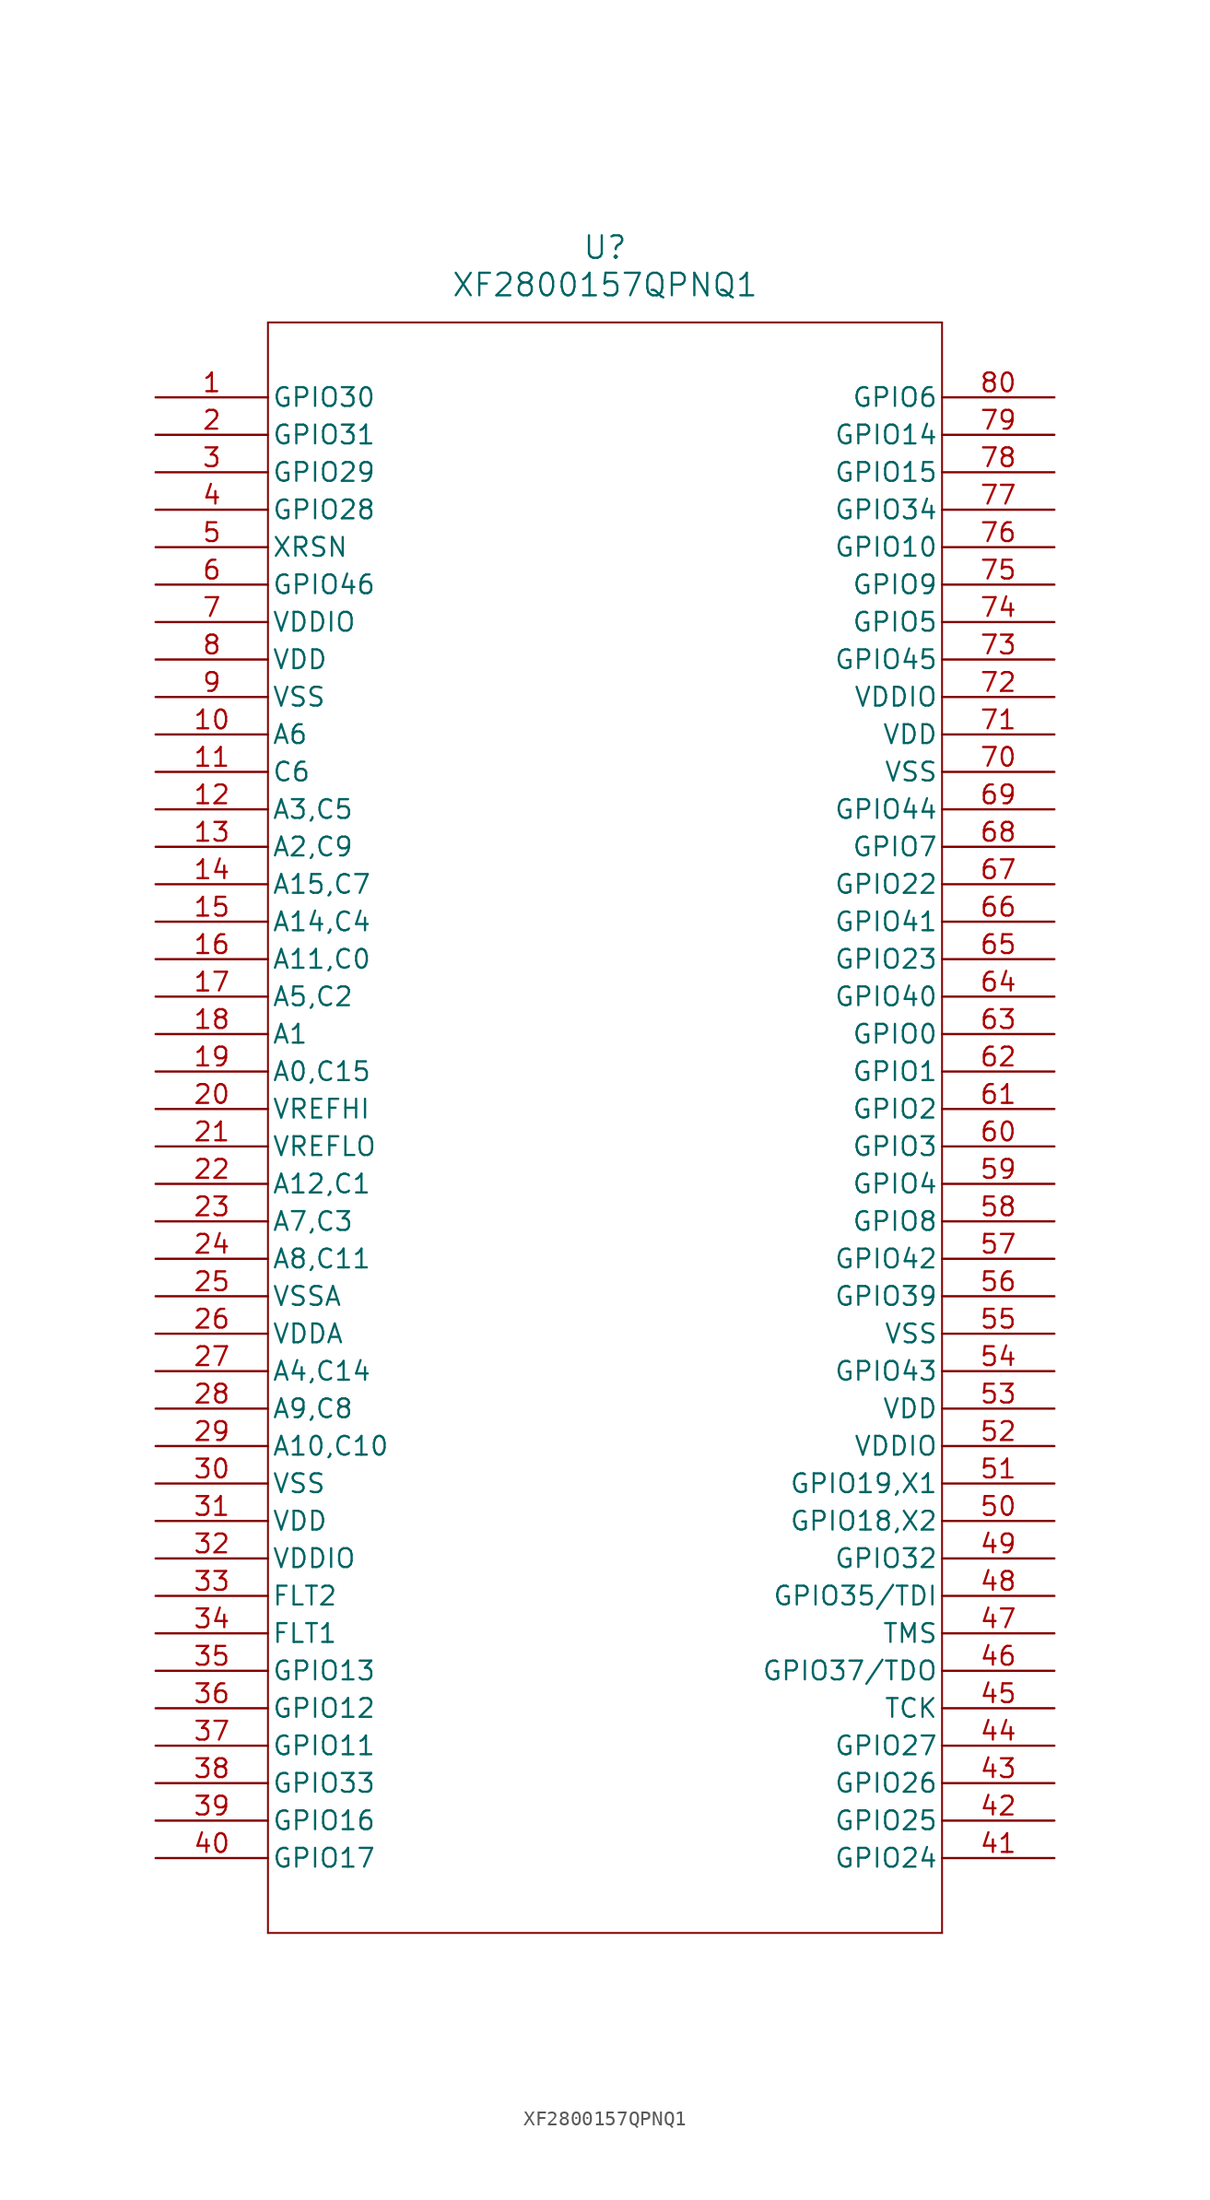
<source format=kicad_sym>
(kicad_symbol_lib
  (version 20241209)
  (generator "kicad_symbol_editor")
  (generator_version "9.0")
  (symbol "XF2800157QPNQ1"
    (pin_names
      (offset 0.254))
    (property "Reference" "U"
      (at 30.48 10.16 0)
      (effects (font (size 1.524 1.524))))
    (property "Value" "XF2800157QPNQ1"
      (at 30.48 7.62 0)
      (effects (font (size 1.524 1.524))))
    (symbol "XF2800157QPNQ1_0_1"
      (polyline (pts (xy 7.62 5.08) (xy 7.62 -104.14)) (stroke (width 0.127) (type default)) (fill (type none)))
      (polyline (pts (xy 7.62 -104.14) (xy 53.34 -104.14)) (stroke (width 0.127) (type default)) (fill (type none)))
      (polyline (pts (xy 53.34 5.08) (xy 7.62 5.08)) (stroke (width 0.127) (type default)) (fill (type none)))
      (polyline (pts (xy 53.34 -104.14) (xy 53.34 5.08)) (stroke (width 0.127) (type default)) (fill (type none)))
      (pin bidirectional line (at 0 0 0) (length 7.62) (name "GPIO30" (effects (font (size 1.27 1.27)))) (number "1" (effects (font (size 1.27 1.27)))))
      (pin bidirectional line (at 0 -2.54 0) (length 7.62) (name "GPIO31" (effects (font (size 1.27 1.27)))) (number "2" (effects (font (size 1.27 1.27)))))
      (pin bidirectional line (at 0 -5.08 0) (length 7.62) (name "GPIO29" (effects (font (size 1.27 1.27)))) (number "3" (effects (font (size 1.27 1.27)))))
      (pin bidirectional line (at 0 -7.62 0) (length 7.62) (name "GPIO28" (effects (font (size 1.27 1.27)))) (number "4" (effects (font (size 1.27 1.27)))))
      (pin bidirectional line (at 0 -10.16 0) (length 7.62) (name "XRSN" (effects (font (size 1.27 1.27)))) (number "5" (effects (font (size 1.27 1.27)))))
      (pin bidirectional line (at 0 -12.7 0) (length 7.62) (name "GPIO46" (effects (font (size 1.27 1.27)))) (number "6" (effects (font (size 1.27 1.27)))))
      (pin power_in line (at 0 -15.24 0) (length 7.62) (name "VDDIO" (effects (font (size 1.27 1.27)))) (number "7" (effects (font (size 1.27 1.27)))))
      (pin power_in line (at 0 -17.78 0) (length 7.62) (name "VDD" (effects (font (size 1.27 1.27)))) (number "8" (effects (font (size 1.27 1.27)))))
      (pin power_out line (at 0 -20.32 0) (length 7.62) (name "VSS" (effects (font (size 1.27 1.27)))) (number "9" (effects (font (size 1.27 1.27)))))
      (pin input line (at 0 -22.86 0) (length 7.62) (name "A6" (effects (font (size 1.27 1.27)))) (number "10" (effects (font (size 1.27 1.27)))))
      (pin input line (at 0 -25.4 0) (length 7.62) (name "C6" (effects (font (size 1.27 1.27)))) (number "11" (effects (font (size 1.27 1.27)))))
      (pin input line (at 0 -27.94 0) (length 7.62) (name "A3,C5" (effects (font (size 1.27 1.27)))) (number "12" (effects (font (size 1.27 1.27)))))
      (pin input line (at 0 -30.48 0) (length 7.62) (name "A2,C9" (effects (font (size 1.27 1.27)))) (number "13" (effects (font (size 1.27 1.27)))))
      (pin input line (at 0 -33.02 0) (length 7.62) (name "A15,C7" (effects (font (size 1.27 1.27)))) (number "14" (effects (font (size 1.27 1.27)))))
      (pin input line (at 0 -35.56 0) (length 7.62) (name "A14,C4" (effects (font (size 1.27 1.27)))) (number "15" (effects (font (size 1.27 1.27)))))
      (pin input line (at 0 -38.1 0) (length 7.62) (name "A11,C0" (effects (font (size 1.27 1.27)))) (number "16" (effects (font (size 1.27 1.27)))))
      (pin input line (at 0 -40.64 0) (length 7.62) (name "A5,C2" (effects (font (size 1.27 1.27)))) (number "17" (effects (font (size 1.27 1.27)))))
      (pin input line (at 0 -43.18 0) (length 7.62) (name "A1" (effects (font (size 1.27 1.27)))) (number "18" (effects (font (size 1.27 1.27)))))
      (pin input line (at 0 -45.72 0) (length 7.62) (name "A0,C15" (effects (font (size 1.27 1.27)))) (number "19" (effects (font (size 1.27 1.27)))))
      (pin power_in line (at 0 -48.26 0) (length 7.62) (name "VREFHI" (effects (font (size 1.27 1.27)))) (number "20" (effects (font (size 1.27 1.27)))))
      (pin power_in line (at 0 -50.8 0) (length 7.62) (name "VREFLO" (effects (font (size 1.27 1.27)))) (number "21" (effects (font (size 1.27 1.27)))))
      (pin input line (at 0 -53.34 0) (length 7.62) (name "A12,C1" (effects (font (size 1.27 1.27)))) (number "22" (effects (font (size 1.27 1.27)))))
      (pin input line (at 0 -55.88 0) (length 7.62) (name "A7,C3" (effects (font (size 1.27 1.27)))) (number "23" (effects (font (size 1.27 1.27)))))
      (pin input line (at 0 -58.42 0) (length 7.62) (name "A8,C11" (effects (font (size 1.27 1.27)))) (number "24" (effects (font (size 1.27 1.27)))))
      (pin power_out line (at 0 -60.96 0) (length 7.62) (name "VSSA" (effects (font (size 1.27 1.27)))) (number "25" (effects (font (size 1.27 1.27)))))
      (pin power_in line (at 0 -63.5 0) (length 7.62) (name "VDDA" (effects (font (size 1.27 1.27)))) (number "26" (effects (font (size 1.27 1.27)))))
      (pin input line (at 0 -66.04 0) (length 7.62) (name "A4,C14" (effects (font (size 1.27 1.27)))) (number "27" (effects (font (size 1.27 1.27)))))
      (pin input line (at 0 -68.58 0) (length 7.62) (name "A9,C8" (effects (font (size 1.27 1.27)))) (number "28" (effects (font (size 1.27 1.27)))))
      (pin input line (at 0 -71.12 0) (length 7.62) (name "A10,C10" (effects (font (size 1.27 1.27)))) (number "29" (effects (font (size 1.27 1.27)))))
      (pin power_out line (at 0 -73.66 0) (length 7.62) (name "VSS" (effects (font (size 1.27 1.27)))) (number "30" (effects (font (size 1.27 1.27)))))
      (pin power_in line (at 0 -76.2 0) (length 7.62) (name "VDD" (effects (font (size 1.27 1.27)))) (number "31" (effects (font (size 1.27 1.27)))))
      (pin power_in line (at 0 -78.74 0) (length 7.62) (name "VDDIO" (effects (font (size 1.27 1.27)))) (number "32" (effects (font (size 1.27 1.27)))))
      (pin bidirectional line (at 0 -81.28 0) (length 7.62) (name "FLT2" (effects (font (size 1.27 1.27)))) (number "33" (effects (font (size 1.27 1.27)))))
      (pin bidirectional line (at 0 -83.82 0) (length 7.62) (name "FLT1" (effects (font (size 1.27 1.27)))) (number "34" (effects (font (size 1.27 1.27)))))
      (pin bidirectional line (at 0 -86.36 0) (length 7.62) (name "GPIO13" (effects (font (size 1.27 1.27)))) (number "35" (effects (font (size 1.27 1.27)))))
      (pin bidirectional line (at 0 -88.9 0) (length 7.62) (name "GPIO12" (effects (font (size 1.27 1.27)))) (number "36" (effects (font (size 1.27 1.27)))))
      (pin bidirectional line (at 0 -91.44 0) (length 7.62) (name "GPIO11" (effects (font (size 1.27 1.27)))) (number "37" (effects (font (size 1.27 1.27)))))
      (pin bidirectional line (at 0 -93.98 0) (length 7.62) (name "GPIO33" (effects (font (size 1.27 1.27)))) (number "38" (effects (font (size 1.27 1.27)))))
      (pin bidirectional line (at 0 -96.52 0) (length 7.62) (name "GPIO16" (effects (font (size 1.27 1.27)))) (number "39" (effects (font (size 1.27 1.27)))))
      (pin bidirectional line (at 0 -99.06 0) (length 7.62) (name "GPIO17" (effects (font (size 1.27 1.27)))) (number "40" (effects (font (size 1.27 1.27)))))
      (pin bidirectional line (at 60.96 0 180) (length 7.62) (name "GPIO6" (effects (font (size 1.27 1.27)))) (number "80" (effects (font (size 1.27 1.27)))))
      (pin bidirectional line (at 60.96 -2.54 180) (length 7.62) (name "GPIO14" (effects (font (size 1.27 1.27)))) (number "79" (effects (font (size 1.27 1.27)))))
      (pin bidirectional line (at 60.96 -5.08 180) (length 7.62) (name "GPIO15" (effects (font (size 1.27 1.27)))) (number "78" (effects (font (size 1.27 1.27)))))
      (pin bidirectional line (at 60.96 -7.62 180) (length 7.62) (name "GPIO34" (effects (font (size 1.27 1.27)))) (number "77" (effects (font (size 1.27 1.27)))))
      (pin bidirectional line (at 60.96 -10.16 180) (length 7.62) (name "GPIO10" (effects (font (size 1.27 1.27)))) (number "76" (effects (font (size 1.27 1.27)))))
      (pin bidirectional line (at 60.96 -12.7 180) (length 7.62) (name "GPIO9" (effects (font (size 1.27 1.27)))) (number "75" (effects (font (size 1.27 1.27)))))
      (pin bidirectional line (at 60.96 -15.24 180) (length 7.62) (name "GPIO5" (effects (font (size 1.27 1.27)))) (number "74" (effects (font (size 1.27 1.27)))))
      (pin bidirectional line (at 60.96 -17.78 180) (length 7.62) (name "GPIO45" (effects (font (size 1.27 1.27)))) (number "73" (effects (font (size 1.27 1.27)))))
      (pin power_in line (at 60.96 -20.32 180) (length 7.62) (name "VDDIO" (effects (font (size 1.27 1.27)))) (number "72" (effects (font (size 1.27 1.27)))))
      (pin power_in line (at 60.96 -22.86 180) (length 7.62) (name "VDD" (effects (font (size 1.27 1.27)))) (number "71" (effects (font (size 1.27 1.27)))))
      (pin power_out line (at 60.96 -25.4 180) (length 7.62) (name "VSS" (effects (font (size 1.27 1.27)))) (number "70" (effects (font (size 1.27 1.27)))))
      (pin bidirectional line (at 60.96 -27.94 180) (length 7.62) (name "GPIO44" (effects (font (size 1.27 1.27)))) (number "69" (effects (font (size 1.27 1.27)))))
      (pin bidirectional line (at 60.96 -30.48 180) (length 7.62) (name "GPIO7" (effects (font (size 1.27 1.27)))) (number "68" (effects (font (size 1.27 1.27)))))
      (pin bidirectional line (at 60.96 -33.02 180) (length 7.62) (name "GPIO22" (effects (font (size 1.27 1.27)))) (number "67" (effects (font (size 1.27 1.27)))))
      (pin bidirectional line (at 60.96 -35.56 180) (length 7.62) (name "GPIO41" (effects (font (size 1.27 1.27)))) (number "66" (effects (font (size 1.27 1.27)))))
      (pin bidirectional line (at 60.96 -38.1 180) (length 7.62) (name "GPIO23" (effects (font (size 1.27 1.27)))) (number "65" (effects (font (size 1.27 1.27)))))
      (pin bidirectional line (at 60.96 -40.64 180) (length 7.62) (name "GPIO40" (effects (font (size 1.27 1.27)))) (number "64" (effects (font (size 1.27 1.27)))))
      (pin bidirectional line (at 60.96 -43.18 180) (length 7.62) (name "GPIO0" (effects (font (size 1.27 1.27)))) (number "63" (effects (font (size 1.27 1.27)))))
      (pin bidirectional line (at 60.96 -45.72 180) (length 7.62) (name "GPIO1" (effects (font (size 1.27 1.27)))) (number "62" (effects (font (size 1.27 1.27)))))
      (pin bidirectional line (at 60.96 -48.26 180) (length 7.62) (name "GPIO2" (effects (font (size 1.27 1.27)))) (number "61" (effects (font (size 1.27 1.27)))))
      (pin bidirectional line (at 60.96 -50.8 180) (length 7.62) (name "GPIO3" (effects (font (size 1.27 1.27)))) (number "60" (effects (font (size 1.27 1.27)))))
      (pin bidirectional line (at 60.96 -53.34 180) (length 7.62) (name "GPIO4" (effects (font (size 1.27 1.27)))) (number "59" (effects (font (size 1.27 1.27)))))
      (pin bidirectional line (at 60.96 -55.88 180) (length 7.62) (name "GPIO8" (effects (font (size 1.27 1.27)))) (number "58" (effects (font (size 1.27 1.27)))))
      (pin bidirectional line (at 60.96 -58.42 180) (length 7.62) (name "GPIO42" (effects (font (size 1.27 1.27)))) (number "57" (effects (font (size 1.27 1.27)))))
      (pin bidirectional line (at 60.96 -60.96 180) (length 7.62) (name "GPIO39" (effects (font (size 1.27 1.27)))) (number "56" (effects (font (size 1.27 1.27)))))
      (pin power_out line (at 60.96 -63.5 180) (length 7.62) (name "VSS" (effects (font (size 1.27 1.27)))) (number "55" (effects (font (size 1.27 1.27)))))
      (pin bidirectional line (at 60.96 -66.04 180) (length 7.62) (name "GPIO43" (effects (font (size 1.27 1.27)))) (number "54" (effects (font (size 1.27 1.27)))))
      (pin power_in line (at 60.96 -68.58 180) (length 7.62) (name "VDD" (effects (font (size 1.27 1.27)))) (number "53" (effects (font (size 1.27 1.27)))))
      (pin power_in line (at 60.96 -71.12 180) (length 7.62) (name "VDDIO" (effects (font (size 1.27 1.27)))) (number "52" (effects (font (size 1.27 1.27)))))
      (pin bidirectional line (at 60.96 -73.66 180) (length 7.62) (name "GPIO19,X1" (effects (font (size 1.27 1.27)))) (number "51" (effects (font (size 1.27 1.27)))))
      (pin bidirectional line (at 60.96 -76.2 180) (length 7.62) (name "GPIO18,X2" (effects (font (size 1.27 1.27)))) (number "50" (effects (font (size 1.27 1.27)))))
      (pin bidirectional line (at 60.96 -78.74 180) (length 7.62) (name "GPIO32" (effects (font (size 1.27 1.27)))) (number "49" (effects (font (size 1.27 1.27)))))
      (pin bidirectional line (at 60.96 -81.28 180) (length 7.62) (name "GPIO35/TDI" (effects (font (size 1.27 1.27)))) (number "48" (effects (font (size 1.27 1.27)))))
      (pin bidirectional line (at 60.96 -83.82 180) (length 7.62) (name "TMS" (effects (font (size 1.27 1.27)))) (number "47" (effects (font (size 1.27 1.27)))))
      (pin bidirectional line (at 60.96 -86.36 180) (length 7.62) (name "GPIO37/TDO" (effects (font (size 1.27 1.27)))) (number "46" (effects (font (size 1.27 1.27)))))
      (pin input line (at 60.96 -88.9 180) (length 7.62) (name "TCK" (effects (font (size 1.27 1.27)))) (number "45" (effects (font (size 1.27 1.27)))))
      (pin bidirectional line (at 60.96 -91.44 180) (length 7.62) (name "GPIO27" (effects (font (size 1.27 1.27)))) (number "44" (effects (font (size 1.27 1.27)))))
      (pin bidirectional line (at 60.96 -93.98 180) (length 7.62) (name "GPIO26" (effects (font (size 1.27 1.27)))) (number "43" (effects (font (size 1.27 1.27)))))
      (pin bidirectional line (at 60.96 -96.52 180) (length 7.62) (name "GPIO25" (effects (font (size 1.27 1.27)))) (number "42" (effects (font (size 1.27 1.27)))))
      (pin bidirectional line (at 60.96 -99.06 180) (length 7.62) (name "GPIO24" (effects (font (size 1.27 1.27)))) (number "41" (effects (font (size 1.27 1.27))))))))
</source>
